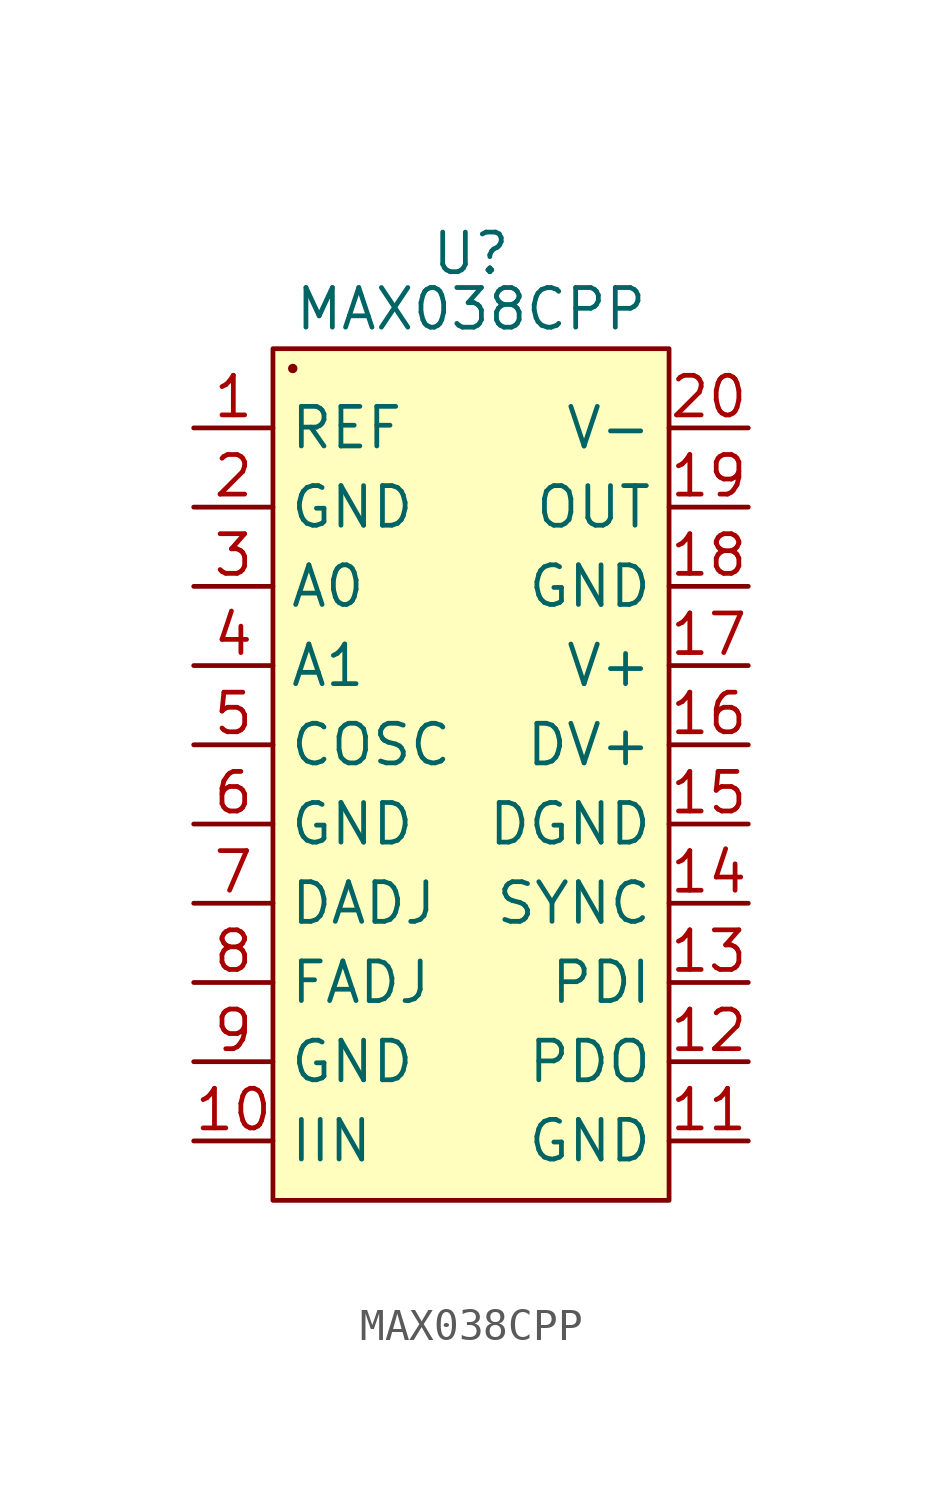
<source format=kicad_sym>
(kicad_symbol_lib
  (version 20241209)
  (generator "kicad_symbol_editor")
  (generator_version "9.0")
  (symbol "MAX038CPP"
    (property "Reference" "U"
      (at 0 3.048 0)
      (effects (font (size 1.27 1.27))))
    (property "Value" "MAX038CPP"
      (at 0 1.27 0)
      (effects (font (size 1.27 1.27))))
    (symbol "MAX038CPP_0_1"
      (circle (center -5.715 -0.635) (radius 0.0001) (stroke (width 0) (type default)) (fill (type none))))
    (symbol "MAX038CPP_1_1"
      (rectangle (start -6.35 0) (end 6.35 -27.305) (stroke (width 0) (type solid)) (fill (type color) (color 255 253 0 0.25)))
      (pin power_out line (at -8.89 -2.54 0) (length 2.54) (name "REF" (effects (font (size 1.27 1.27)))) (number "1" (effects (font (size 1.27 1.27)))))
      (pin power_in line (at -8.89 -5.08 0) (length 2.54) (name "GND" (effects (font (size 1.27 1.27)))) (number "2" (effects (font (size 1.27 1.27)))))
      (pin input line (at -8.89 -7.62 0) (length 2.54) (name "A0" (effects (font (size 1.27 1.27)))) (number "3" (effects (font (size 1.27 1.27)))))
      (pin input line (at -8.89 -10.16 0) (length 2.54) (name "A1" (effects (font (size 1.27 1.27)))) (number "4" (effects (font (size 1.27 1.27)))))
      (pin passive line (at -8.89 -12.7 0) (length 2.54) (name "COSC" (effects (font (size 1.27 1.27)))) (number "5" (effects (font (size 1.27 1.27)))))
      (pin power_in line (at -8.89 -15.24 0) (length 2.54) (name "GND" (effects (font (size 1.27 1.27)))) (number "6" (effects (font (size 1.27 1.27)))))
      (pin input line (at -8.89 -17.78 0) (length 2.54) (name "DADJ" (effects (font (size 1.27 1.27)))) (number "7" (effects (font (size 1.27 1.27)))))
      (pin input line (at -8.89 -20.32 0) (length 2.54) (name "FADJ" (effects (font (size 1.27 1.27)))) (number "8" (effects (font (size 1.27 1.27)))))
      (pin power_in line (at -8.89 -22.86 0) (length 2.54) (name "GND" (effects (font (size 1.27 1.27)))) (number "9" (effects (font (size 1.27 1.27)))))
      (pin power_in line (at -8.89 -25.4 0) (length 2.54) (name "IIN" (effects (font (size 1.27 1.27)))) (number "10" (effects (font (size 1.27 1.27)))))
      (pin power_in line (at 8.89 -2.54 180) (length 2.54) (name "V-" (effects (font (size 1.27 1.27)))) (number "20" (effects (font (size 1.27 1.27)))))
      (pin power_out line (at 8.89 -5.08 180) (length 2.54) (name "OUT" (effects (font (size 1.27 1.27)))) (number "19" (effects (font (size 1.27 1.27)))))
      (pin power_in line (at 8.89 -7.62 180) (length 2.54) (name "GND" (effects (font (size 1.27 1.27)))) (number "18" (effects (font (size 1.27 1.27)))))
      (pin power_in line (at 8.89 -10.16 180) (length 2.54) (name "V+" (effects (font (size 1.27 1.27)))) (number "17" (effects (font (size 1.27 1.27)))))
      (pin power_in line (at 8.89 -12.7 180) (length 2.54) (name "DV+" (effects (font (size 1.27 1.27)))) (number "16" (effects (font (size 1.27 1.27)))))
      (pin power_in line (at 8.89 -15.24 180) (length 2.54) (name "DGND" (effects (font (size 1.27 1.27)))) (number "15" (effects (font (size 1.27 1.27)))))
      (pin input line (at 8.89 -17.78 180) (length 2.54) (name "SYNC" (effects (font (size 1.27 1.27)))) (number "14" (effects (font (size 1.27 1.27)))))
      (pin input line (at 8.89 -20.32 180) (length 2.54) (name "PDI" (effects (font (size 1.27 1.27)))) (number "13" (effects (font (size 1.27 1.27)))))
      (pin output line (at 8.89 -22.86 180) (length 2.54) (name "PDO" (effects (font (size 1.27 1.27)))) (number "12" (effects (font (size 1.27 1.27)))))
      (pin power_in line (at 8.89 -25.4 180) (length 2.54) (name "GND" (effects (font (size 1.27 1.27)))) (number "11" (effects (font (size 1.27 1.27))))))))
</source>
